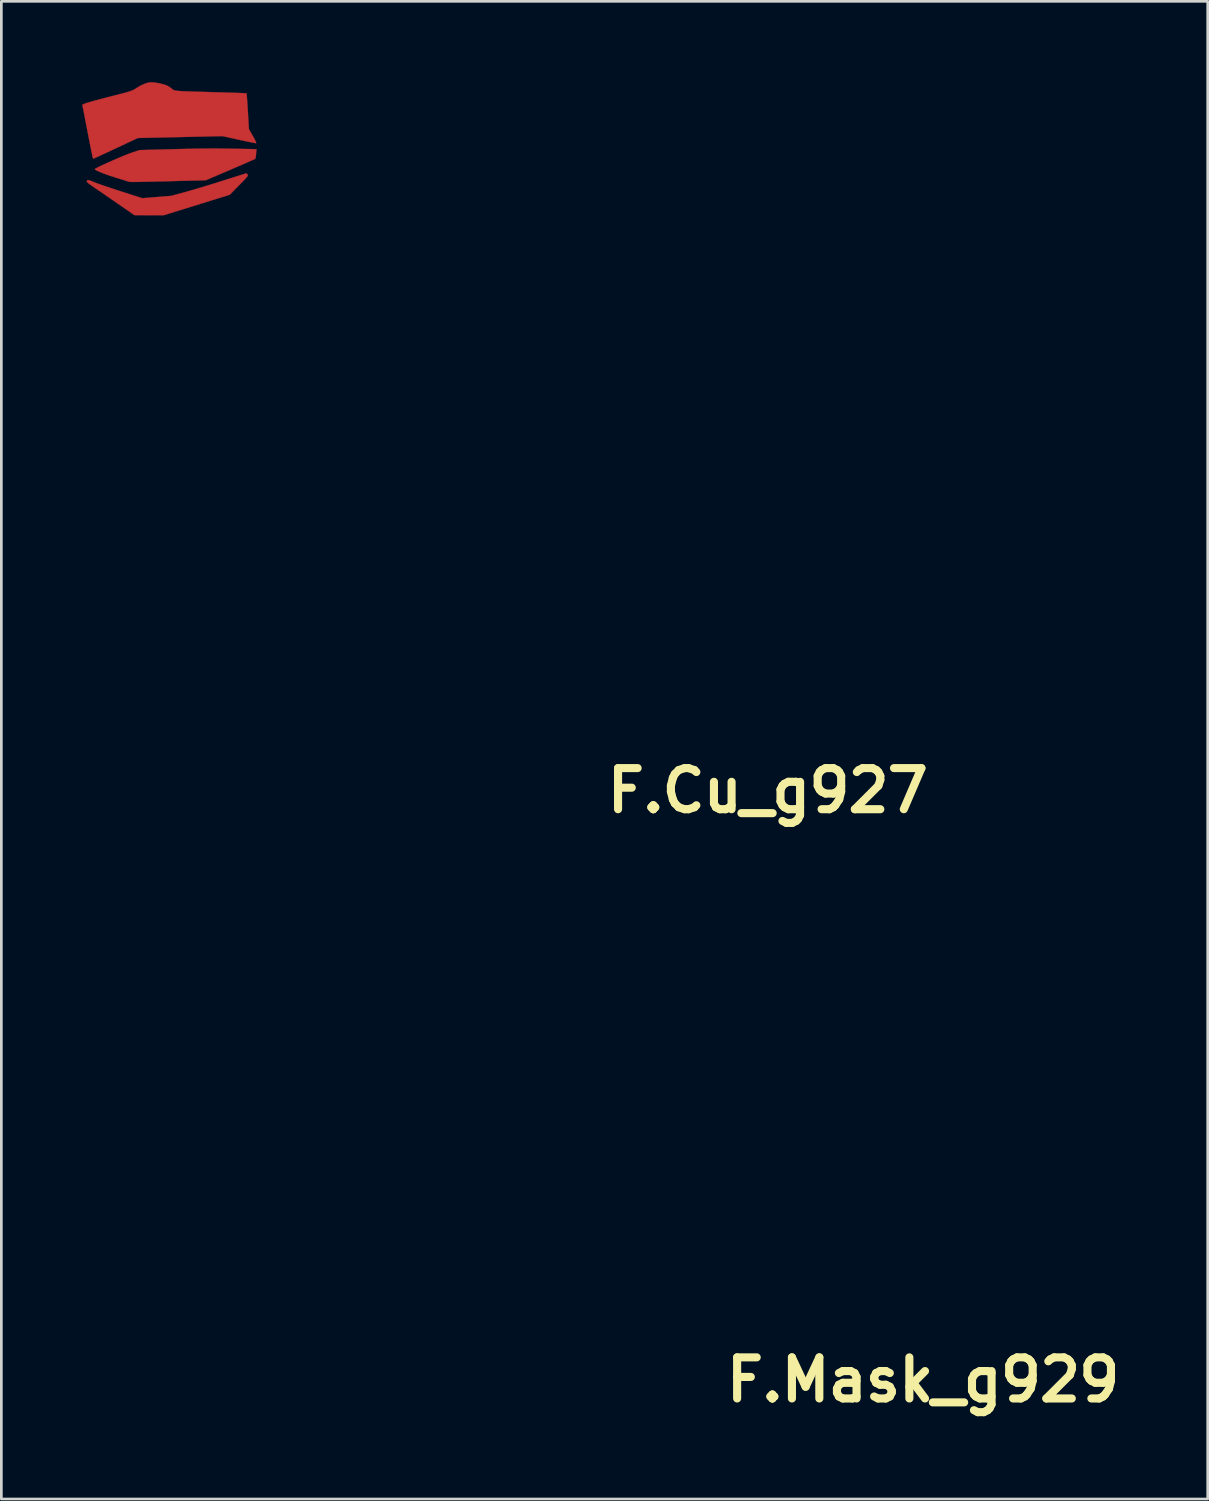
<source format=kicad_pcb>
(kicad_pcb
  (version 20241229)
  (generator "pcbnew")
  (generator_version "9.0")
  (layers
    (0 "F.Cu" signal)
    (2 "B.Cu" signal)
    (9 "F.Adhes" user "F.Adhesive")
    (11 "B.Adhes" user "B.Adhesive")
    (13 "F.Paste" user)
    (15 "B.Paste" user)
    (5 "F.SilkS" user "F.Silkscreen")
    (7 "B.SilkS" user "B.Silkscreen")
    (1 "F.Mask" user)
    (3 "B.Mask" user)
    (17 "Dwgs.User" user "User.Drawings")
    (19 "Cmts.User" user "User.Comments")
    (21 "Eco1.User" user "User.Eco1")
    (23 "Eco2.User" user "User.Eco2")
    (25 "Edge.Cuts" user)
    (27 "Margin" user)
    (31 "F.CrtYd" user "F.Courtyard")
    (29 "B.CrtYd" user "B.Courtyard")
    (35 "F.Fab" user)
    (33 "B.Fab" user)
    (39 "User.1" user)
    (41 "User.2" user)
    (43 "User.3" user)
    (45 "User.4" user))
  (footprint "F.Mask_g929"
    (layer "F.Cu")
    (at 31.178 48.117)
    (property "Reference" "F.Mask_g929" (at 0 0 0) (layer "F.SilkS") (effects (font (size 1.524 1.524) (thickness 0.3))))
    (attr through_hole)
    (fp_poly (pts (xy -23.337 -17.36) (xy -23.179 -17.332) (xy -23.049 -17.312) (xy -22.933 -17.3) (xy -22.818 -17.294) (xy -22.691 -17.292) (xy -22.521 -17.291) (xy -22.329 -17.286) (xy -22.124 -17.28) (xy -21.914 -17.271) (xy -21.707 -17.261) (xy -21.514 -17.25) (xy -21.341 -17.238) (xy -21.197 -17.225) (xy -21.141 -17.219) (xy -20.948 -17.195) (xy -20.788 -17.171) (xy -20.65 -17.144) (xy -20.524 -17.11) (xy -20.401 -17.068) (xy -20.271 -17.014) (xy -20.123 -16.946) (xy -20.045 -16.908) (xy -19.835 -16.804) (xy -19.66 -16.715) (xy -19.516 -16.637) (xy -19.398 -16.568) (xy -19.302 -16.506) (xy -19.224 -16.448) (xy -19.161 -16.393) (xy -19.157 -16.389) (xy -19.042 -16.277) (xy -18.869 -16.277) (xy -18.733 -16.274) (xy -18.579 -16.266) (xy -18.42 -16.254) (xy -18.266 -16.239) (xy -18.13 -16.222) (xy -18.021 -16.203) (xy -18.002 -16.199) (xy -17.923 -16.179) (xy -17.818 -16.147) (xy -17.701 -16.11) (xy -17.59 -16.071) (xy -17.506 -16.044) (xy -17.389 -16.008) (xy -17.244 -15.966) (xy -17.078 -15.92) (xy -16.898 -15.871) (xy -16.711 -15.821) (xy -16.552 -15.78) (xy -16.279 -15.71) (xy -16.042 -15.646) (xy -15.839 -15.588) (xy -15.663 -15.534) (xy -15.513 -15.482) (xy -15.382 -15.43) (xy -15.267 -15.378) (xy -15.163 -15.324) (xy -15.066 -15.265) (xy -14.973 -15.2) (xy -14.936 -15.173) (xy -14.772 -15.027) (xy -14.64 -14.857) (xy -14.535 -14.659) (xy -14.456 -14.429) (xy -14.454 -14.423) (xy -14.421 -14.246) (xy -14.407 -14.041) (xy -14.41 -13.818) (xy -14.431 -13.585) (xy -14.469 -13.352) (xy -14.522 -13.134) (xy -14.595 -12.91) (xy -14.677 -12.699) (xy -14.766 -12.51) (xy -14.859 -12.349) (xy -14.925 -12.255) (xy -15 -12.175) (xy -15.108 -12.08) (xy -15.244 -11.973) (xy -15.404 -11.858) (xy -15.582 -11.737) (xy -15.774 -11.614) (xy -15.975 -11.492) (xy -16.179 -11.375) (xy -16.383 -11.265) (xy -16.58 -11.165) (xy -16.606 -11.153) (xy -16.759 -11.081) (xy -16.885 -11.024) (xy -16.991 -10.98) (xy -17.09 -10.946) (xy -17.189 -10.918) (xy -17.299 -10.893) (xy -17.429 -10.868) (xy -17.558 -10.845) (xy -17.851 -10.8) (xy -18.111 -10.77) (xy -18.339 -10.757) (xy -18.53 -10.76) (xy -18.645 -10.772) (xy -18.761 -10.792) (xy -18.861 -10.817) (xy -18.953 -10.85) (xy -19.045 -10.895) (xy -19.146 -10.955) (xy -19.263 -11.036) (xy -19.389 -11.129) (xy -19.615 -11.299) (xy -19.808 -11.448) (xy -19.971 -11.577) (xy -20.106 -11.688) (xy -20.216 -11.784) (xy -20.251 -11.816) (xy -20.311 -11.871) (xy -20.36 -11.913) (xy -20.388 -11.936) (xy -20.392 -11.938) (xy -20.393 -11.92) (xy -20.384 -11.877) (xy -20.383 -11.869) (xy -20.357 -11.746) (xy -20.335 -11.589) (xy -20.318 -11.407) (xy -20.307 -11.207) (xy -20.301 -10.998) (xy -20.301 -10.788) (xy -20.307 -10.586) (xy -20.319 -10.399) (xy -20.321 -10.381) (xy -20.358 -10.144) (xy -20.422 -9.892) (xy -20.509 -9.632) (xy -20.616 -9.373) (xy -20.74 -9.125) (xy -20.875 -8.894) (xy -21.018 -8.69) (xy -21.139 -8.548) (xy -21.179 -8.506) (xy -21.212 -8.469) (xy -21.242 -8.438) (xy -21.273 -8.413) (xy -21.308 -8.392) (xy -21.351 -8.376) (xy -21.404 -8.364) (xy -21.472 -8.355) (xy -21.558 -8.35) (xy -21.665 -8.347) (xy -21.797 -8.347) (xy -21.957 -8.348) (xy -22.15 -8.351) (xy -22.377 -8.355) (xy -22.643 -8.359) (xy -22.657 -8.359) (xy -23.919 -8.379) (xy -24.062 -8.51) (xy -24.241 -8.666) (xy -24.399 -8.786) (xy -24.537 -8.87) (xy -24.655 -8.917) (xy -24.753 -8.929) (xy -24.833 -8.906) (xy -24.841 -8.901) (xy -24.868 -8.882) (xy -24.925 -8.838) (xy -25.008 -8.774) (xy -25.115 -8.691) (xy -25.241 -8.592) (xy -25.383 -8.481) (xy -25.538 -8.359) (xy -25.703 -8.229) (xy -25.745 -8.197) (xy -25.964 -8.024) (xy -26.155 -7.876) (xy -26.319 -7.75) (xy -26.462 -7.644) (xy -26.586 -7.554) (xy -26.695 -7.479) (xy -26.792 -7.416) (xy -26.882 -7.362) (xy -26.968 -7.316) (xy -27.054 -7.274) (xy -27.142 -7.234) (xy -27.146 -7.232) (xy -27.239 -7.194) (xy -27.324 -7.162) (xy -27.409 -7.135) (xy -27.497 -7.114) (xy -27.594 -7.097) (xy -27.706 -7.083) (xy -27.837 -7.073) (xy -27.994 -7.064) (xy -28.181 -7.057) (xy -28.404 -7.05) (xy -28.459 -7.049) (xy -28.648 -7.044) (xy -28.836 -7.039) (xy -29.015 -7.034) (xy -29.179 -7.03) (xy -29.319 -7.026) (xy -29.43 -7.023) (xy -29.485 -7.021) (xy -29.604 -7.02) (xy -29.724 -7.021) (xy -29.831 -7.026) (xy -29.898 -7.031) (xy -30.014 -7.05) (xy -30.139 -7.077) (xy -30.261 -7.109) (xy -30.365 -7.142) (xy -30.424 -7.167) (xy -30.561 -7.244) (xy -30.688 -7.333) (xy -30.797 -7.426) (xy -30.876 -7.515) (xy -30.887 -7.532) (xy -31.007 -7.744) (xy -31.094 -7.959) (xy -31.149 -8.184) (xy -31.173 -8.423) (xy -31.168 -8.684) (xy -31.148 -8.869) (xy -31.082 -9.239) (xy -30.982 -9.585) (xy -30.846 -9.91) (xy -30.673 -10.217) (xy -30.463 -10.509) (xy -30.212 -10.789) (xy -30.185 -10.816) (xy -30.004 -10.988) (xy -29.826 -11.138) (xy -29.638 -11.277) (xy -29.427 -11.413) (xy -29.303 -11.487) (xy -29.181 -11.556) (xy -29.052 -11.623) (xy -28.913 -11.69) (xy -28.757 -11.76) (xy -28.581 -11.834) (xy -28.379 -11.915) (xy -28.147 -12.005) (xy -27.881 -12.105) (xy -27.845 -12.118) (xy -27.517 -12.24) (xy -27.226 -12.347) (xy -26.968 -12.44) (xy -26.741 -12.522) (xy -26.539 -12.592) (xy -26.362 -12.652) (xy -26.205 -12.704) (xy -26.066 -12.747) (xy -25.941 -12.784) (xy -25.827 -12.815) (xy -25.721 -12.841) (xy -25.68 -12.85) (xy -25.463 -12.899) (xy -25.577 -13.017) (xy -25.755 -13.217) (xy -25.931 -13.449) (xy -26.101 -13.703) (xy -26.261 -13.973) (xy -26.407 -14.253) (xy -26.537 -14.534) (xy -26.645 -14.81) (xy -26.729 -15.074) (xy -26.785 -15.318) (xy -26.788 -15.335) (xy -26.81 -15.554) (xy -26.803 -15.751) (xy -26.767 -15.925) (xy -26.703 -16.072) (xy -26.612 -16.19) (xy -26.495 -16.278) (xy -26.437 -16.305) (xy -26.361 -16.339) (xy -26.286 -16.375) (xy -26.268 -16.385) (xy -26.086 -16.482) (xy -25.911 -16.566) (xy -25.735 -16.64) (xy -25.55 -16.707) (xy -25.348 -16.769) (xy -25.121 -16.831) (xy -24.862 -16.894) (xy -24.828 -16.902) (xy -24.665 -16.94) (xy -24.535 -16.973) (xy -24.432 -17.003) (xy -24.348 -17.033) (xy -24.276 -17.066) (xy -24.208 -17.105) (xy -24.138 -17.153) (xy -24.07 -17.202) (xy -23.985 -17.262) (xy -23.897 -17.32) (xy -23.822 -17.364) (xy -23.806 -17.372) (xy -23.697 -17.427) (xy -23.337 -17.36)) (stroke (width 0.01) (type solid)) (fill yes) (layer "F.Mask")))
  (footprint "F.Cu_g927"
    (layer "F.Cu")
    (at 25.42 26.267)
    (property "Reference" "F.Cu_g927" (at 0 0 0) (layer "F.SilkS") (effects (font (size 1.524 1.524) (thickness 0.3))))
    (attr through_hole)
    (fp_poly (pts (xy -19.316 -22.876) (xy -19.291 -22.846) (xy -19.282 -22.831) (xy -19.281 -22.813) (xy -19.29 -22.79) (xy -19.313 -22.757) (xy -19.353 -22.71) (xy -19.413 -22.646) (xy -19.497 -22.559) (xy -19.605 -22.448) (xy -19.95 -22.096) (xy -22.403 -21.336) (xy -22.944 -21.338) (xy -23.484 -21.339) (xy -24.109 -21.771) (xy -24.267 -21.881) (xy -24.426 -21.99) (xy -24.579 -22.096) (xy -24.721 -22.193) (xy -24.845 -22.278) (xy -24.945 -22.346) (xy -24.992 -22.378) (xy -25.108 -22.459) (xy -25.191 -22.523) (xy -25.239 -22.568) (xy -25.252 -22.591) (xy -25.237 -22.63) (xy -25.193 -22.64) (xy -25.123 -22.62) (xy -25.099 -22.609) (xy -25.023 -22.577) (xy -24.909 -22.533) (xy -24.757 -22.478) (xy -24.569 -22.413) (xy -24.346 -22.339) (xy -24.09 -22.254) (xy -23.806 -22.163) (xy -23.197 -21.967) (xy -22.655 -22.011) (xy -22.114 -22.055) (xy -21.603 -22.194) (xy -21.466 -22.233) (xy -21.297 -22.282) (xy -21.103 -22.339) (xy -20.893 -22.402) (xy -20.675 -22.469) (xy -20.457 -22.536) (xy -20.248 -22.602) (xy -20.225 -22.61) (xy -20.041 -22.668) (xy -19.87 -22.722) (xy -19.716 -22.771) (xy -19.582 -22.813) (xy -19.474 -22.847) (xy -19.394 -22.872) (xy -19.349 -22.886) (xy -19.339 -22.889) (xy -19.316 -22.876)) (stroke (width 0.01) (type solid)) (fill yes) (layer "F.Cu"))
    (fp_poly (pts (xy -20.398 -23.808) (xy -20.104 -23.805) (xy -19.889 -23.802) (xy -18.96 -23.786) (xy -18.974 -23.614) (xy -18.982 -23.533) (xy -18.992 -23.469) (xy -19.001 -23.432) (xy -19.003 -23.429) (xy -19.025 -23.418) (xy -19.082 -23.392) (xy -19.17 -23.353) (xy -19.286 -23.303) (xy -19.424 -23.242) (xy -19.582 -23.174) (xy -19.756 -23.099) (xy -19.928 -23.024) (xy -20.839 -22.634) (xy -21.823 -22.609) (xy -22.143 -22.6) (xy -22.423 -22.593) (xy -22.666 -22.587) (xy -22.875 -22.582) (xy -23.053 -22.578) (xy -23.203 -22.575) (xy -23.326 -22.573) (xy -23.427 -22.571) (xy -23.507 -22.571) (xy -23.569 -22.571) (xy -23.617 -22.572) (xy -23.652 -22.574) (xy -23.678 -22.577) (xy -23.698 -22.581) (xy -23.714 -22.585) (xy -23.728 -22.59) (xy -23.738 -22.594) (xy -23.785 -22.61) (xy -23.865 -22.635) (xy -23.969 -22.668) (xy -24.089 -22.705) (xy -24.215 -22.744) (xy -24.365 -22.791) (xy -24.509 -22.841) (xy -24.642 -22.89) (xy -24.758 -22.936) (xy -24.852 -22.977) (xy -24.919 -23.012) (xy -24.952 -23.037) (xy -24.955 -23.044) (xy -24.937 -23.06) (xy -24.884 -23.09) (xy -24.802 -23.132) (xy -24.697 -23.182) (xy -24.573 -23.24) (xy -24.436 -23.302) (xy -24.291 -23.366) (xy -24.143 -23.43) (xy -23.998 -23.492) (xy -23.859 -23.549) (xy -23.734 -23.599) (xy -23.626 -23.64) (xy -23.548 -23.668) (xy -23.294 -23.751) (xy -22.056 -23.784) (xy -21.672 -23.794) (xy -21.323 -23.801) (xy -20.999 -23.806) (xy -20.694 -23.808) (xy -20.398 -23.808)) (stroke (width 0.01) (type solid)) (fill yes) (layer "F.Cu"))
    (fp_poly (pts (xy -22.804 -26.262) (xy -22.675 -26.247) (xy -22.535 -26.221) (xy -22.399 -26.186) (xy -22.314 -26.158) (xy -22.231 -26.118) (xy -22.145 -26.063) (xy -22.109 -26.035) (xy -22.087 -26.016) (xy -22.068 -26) (xy -22.047 -25.986) (xy -22.022 -25.974) (xy -21.99 -25.964) (xy -21.947 -25.956) (xy -21.889 -25.948) (xy -21.816 -25.942) (xy -21.722 -25.936) (xy -21.604 -25.93) (xy -21.461 -25.925) (xy -21.288 -25.919) (xy -21.083 -25.913) (xy -20.842 -25.907) (xy -20.562 -25.899) (xy -20.523 -25.898) (xy -20.303 -25.892) (xy -20.096 -25.885) (xy -19.906 -25.879) (xy -19.736 -25.874) (xy -19.591 -25.869) (xy -19.474 -25.864) (xy -19.389 -25.86) (xy -19.34 -25.857) (xy -19.329 -25.855) (xy -19.325 -25.832) (xy -19.319 -25.773) (xy -19.312 -25.681) (xy -19.304 -25.562) (xy -19.294 -25.422) (xy -19.284 -25.265) (xy -19.279 -25.185) (xy -19.24 -24.525) (xy -19.093 -24.269) (xy -19.033 -24.161) (xy -18.992 -24.079) (xy -18.971 -24.027) (xy -18.973 -24.008) (xy -18.999 -24.01) (xy -19.062 -24.021) (xy -19.155 -24.04) (xy -19.274 -24.064) (xy -19.412 -24.093) (xy -19.564 -24.126) (xy -19.612 -24.136) (xy -20.225 -24.271) (xy -21.791 -24.235) (xy -23.358 -24.2) (xy -24.18 -23.816) (xy -24.354 -23.735) (xy -24.516 -23.659) (xy -24.662 -23.592) (xy -24.788 -23.533) (xy -24.891 -23.487) (xy -24.965 -23.453) (xy -25.008 -23.435) (xy -25.016 -23.431) (xy -25.023 -23.452) (xy -25.037 -23.509) (xy -25.057 -23.6) (xy -25.082 -23.721) (xy -25.112 -23.867) (xy -25.145 -24.034) (xy -25.181 -24.219) (xy -25.219 -24.41) (xy -25.257 -24.609) (xy -25.293 -24.796) (xy -25.326 -24.966) (xy -25.355 -25.116) (xy -25.379 -25.24) (xy -25.398 -25.336) (xy -25.41 -25.398) (xy -25.415 -25.423) (xy -25.409 -25.435) (xy -25.384 -25.45) (xy -25.337 -25.469) (xy -25.266 -25.494) (xy -25.168 -25.524) (xy -25.042 -25.56) (xy -24.886 -25.603) (xy -24.696 -25.654) (xy -24.47 -25.713) (xy -24.207 -25.781) (xy -24.077 -25.814) (xy -23.915 -25.856) (xy -23.788 -25.89) (xy -23.688 -25.919) (xy -23.611 -25.945) (xy -23.549 -25.97) (xy -23.495 -25.997) (xy -23.444 -26.027) (xy -23.394 -26.06) (xy -23.265 -26.138) (xy -23.13 -26.201) (xy -23 -26.245) (xy -22.908 -26.262) (xy -22.804 -26.262)) (stroke (width 0.01) (type solid)) (fill yes) (layer "F.Cu")))
  (gr_rect
    (start -3 -3)
    (end 41.733 52.535)
    (stroke (width 0.1) (type default))
    (fill no)
    (layer "Edge.Cuts")))
</source>
